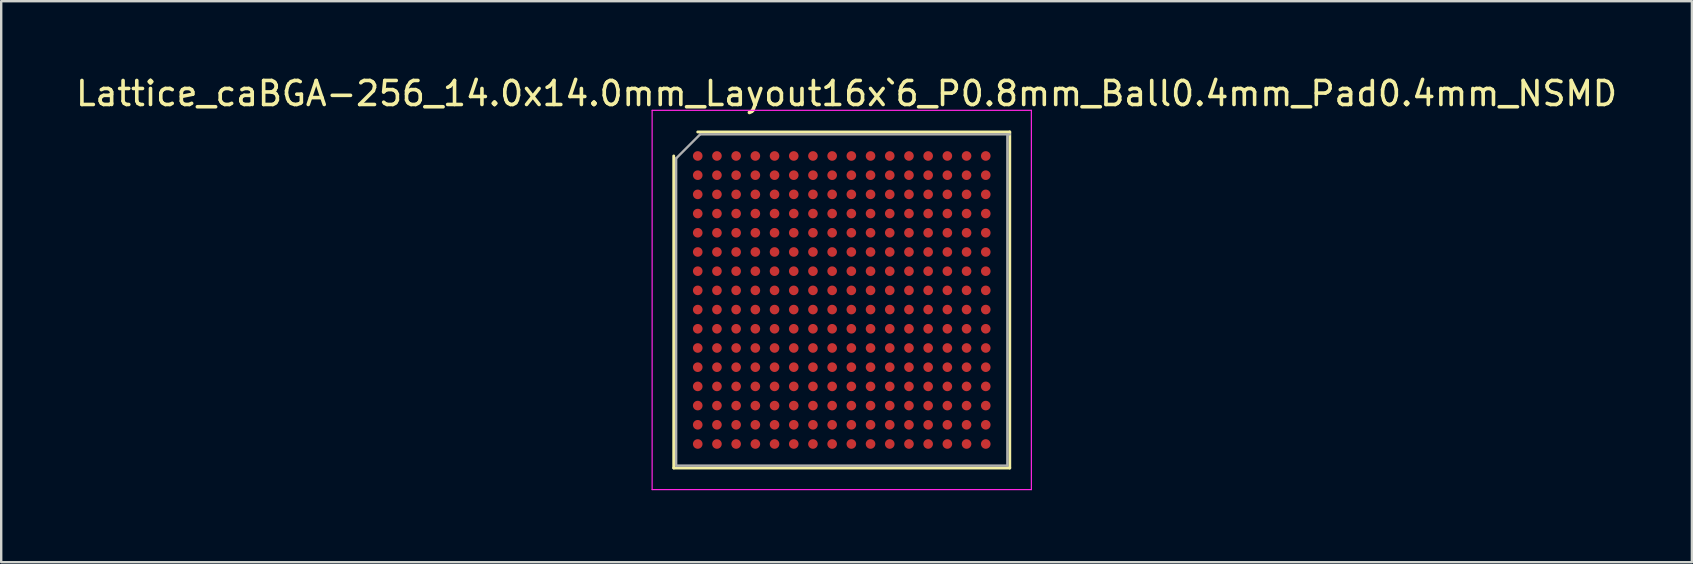
<source format=kicad_pcb>
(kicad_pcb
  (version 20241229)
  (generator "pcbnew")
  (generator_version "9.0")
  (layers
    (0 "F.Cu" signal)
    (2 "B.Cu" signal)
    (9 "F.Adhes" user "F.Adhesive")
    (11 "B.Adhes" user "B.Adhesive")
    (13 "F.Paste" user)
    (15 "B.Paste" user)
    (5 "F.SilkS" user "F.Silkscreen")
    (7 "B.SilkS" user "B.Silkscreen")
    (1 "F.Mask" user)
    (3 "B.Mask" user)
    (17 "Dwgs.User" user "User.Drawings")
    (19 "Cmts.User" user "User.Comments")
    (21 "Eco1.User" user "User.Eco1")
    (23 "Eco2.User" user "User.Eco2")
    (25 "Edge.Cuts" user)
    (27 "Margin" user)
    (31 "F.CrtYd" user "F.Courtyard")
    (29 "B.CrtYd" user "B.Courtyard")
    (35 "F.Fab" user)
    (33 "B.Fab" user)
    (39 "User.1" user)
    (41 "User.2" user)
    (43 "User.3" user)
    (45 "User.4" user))
  (footprint "Lattice_caBGA-256_14.0x14.0mm_Layout16x`6_P0.8mm_Ball0.4mm_Pad0.4mm_NSMD"
    (layer "F.Cu")
    (at 32.02 9.448)
    (property "Reference" "Lattice_caBGA-256_14.0x14.0mm_Layout16x`6_P0.8mm_Ball0.4mm_Pad0.4mm_NSMD" (at 0.2 -8.6 0) (layer "F.SilkS") (effects (font (size 1 1) (thickness 0.15))))
    (attr smd)
    (fp_line (start -7 7) (end -7 -6) (stroke (width 0.12) (type solid)) (layer "F.SilkS"))
    (fp_line (start -6 -7) (end 7 -7) (stroke (width 0.12) (type solid)) (layer "F.SilkS"))
    (fp_line (start 7 -7) (end 7 7) (stroke (width 0.12) (type solid)) (layer "F.SilkS"))
    (fp_line (start 7 7) (end -7 7) (stroke (width 0.12) (type solid)) (layer "F.SilkS"))
    (fp_line (start -7.9 -7.9) (end -7.9 7.9) (stroke (width 0.05) (type solid)) (layer "F.CrtYd"))
    (fp_line (start -7.9 7.9) (end 7.9 7.9) (stroke (width 0.05) (type solid)) (layer "F.CrtYd"))
    (fp_line (start 7.9 -7.9) (end -7.9 -7.9) (stroke (width 0.05) (type solid)) (layer "F.CrtYd"))
    (fp_line (start 7.9 7.9) (end 7.9 -7.9) (stroke (width 0.05) (type solid)) (layer "F.CrtYd"))
    (fp_line (start -6.9 -5.9) (end -5.9 -6.9) (stroke (width 0.1) (type solid)) (layer "F.Fab"))
    (fp_line (start -6.9 6.9) (end -6.9 -5.9) (stroke (width 0.1) (type solid)) (layer "F.Fab"))
    (fp_line (start -5.9 -6.9) (end 7 -6.9) (stroke (width 0.1) (type solid)) (layer "F.Fab"))
    (fp_line (start 6.9 -6.9) (end 6.9 6.9) (stroke (width 0.1) (type solid)) (layer "F.Fab"))
    (fp_line (start 6.9 6.9) (end -6.9 6.9) (stroke (width 0.1) (type solid)) (layer "F.Fab"))
    (pad "A1" smd circle (at -6 -6) (size 0.4 0.4) (layers "F.Cu" "F.Mask" "F.Paste"))
    (pad "A2" smd circle (at -6 -5.2) (size 0.4 0.4) (layers "F.Cu" "F.Mask" "F.Paste"))
    (pad "A3" smd circle (at -6 -4.4) (size 0.4 0.4) (layers "F.Cu" "F.Mask" "F.Paste"))
    (pad "A4" smd circle (at -6 -3.6) (size 0.4 0.4) (layers "F.Cu" "F.Mask" "F.Paste"))
    (pad "A5" smd circle (at -6 -2.8) (size 0.4 0.4) (layers "F.Cu" "F.Mask" "F.Paste"))
    (pad "A6" smd circle (at -6 -2) (size 0.4 0.4) (layers "F.Cu" "F.Mask" "F.Paste"))
    (pad "A7" smd circle (at -6 -1.2) (size 0.4 0.4) (layers "F.Cu" "F.Mask" "F.Paste"))
    (pad "A8" smd circle (at -6 -0.4) (size 0.4 0.4) (layers "F.Cu" "F.Mask" "F.Paste"))
    (pad "A9" smd circle (at -6 0.4) (size 0.4 0.4) (layers "F.Cu" "F.Mask" "F.Paste"))
    (pad "A10" smd circle (at -6 1.2) (size 0.4 0.4) (layers "F.Cu" "F.Mask" "F.Paste"))
    (pad "A11" smd circle (at -6 2) (size 0.4 0.4) (layers "F.Cu" "F.Mask" "F.Paste"))
    (pad "A12" smd circle (at -6 2.8) (size 0.4 0.4) (layers "F.Cu" "F.Mask" "F.Paste"))
    (pad "A13" smd circle (at -6 3.6) (size 0.4 0.4) (layers "F.Cu" "F.Mask" "F.Paste"))
    (pad "A14" smd circle (at -6 4.4) (size 0.4 0.4) (layers "F.Cu" "F.Mask" "F.Paste"))
    (pad "A15" smd circle (at -6 5.2) (size 0.4 0.4) (layers "F.Cu" "F.Mask" "F.Paste"))
    (pad "A16" smd circle (at -6 6) (size 0.4 0.4) (layers "F.Cu" "F.Mask" "F.Paste"))
    (pad "B1" smd circle (at -5.2 -6) (size 0.4 0.4) (layers "F.Cu" "F.Mask" "F.Paste"))
    (pad "B2" smd circle (at -5.2 -5.2) (size 0.4 0.4) (layers "F.Cu" "F.Mask" "F.Paste"))
    (pad "B3" smd circle (at -5.2 -4.4) (size 0.4 0.4) (layers "F.Cu" "F.Mask" "F.Paste"))
    (pad "B4" smd circle (at -5.2 -3.6) (size 0.4 0.4) (layers "F.Cu" "F.Mask" "F.Paste"))
    (pad "B5" smd circle (at -5.2 -2.8) (size 0.4 0.4) (layers "F.Cu" "F.Mask" "F.Paste"))
    (pad "B6" smd circle (at -5.2 -2) (size 0.4 0.4) (layers "F.Cu" "F.Mask" "F.Paste"))
    (pad "B7" smd circle (at -5.2 -1.2) (size 0.4 0.4) (layers "F.Cu" "F.Mask" "F.Paste"))
    (pad "B8" smd circle (at -5.2 -0.4) (size 0.4 0.4) (layers "F.Cu" "F.Mask" "F.Paste"))
    (pad "B9" smd circle (at -5.2 0.4) (size 0.4 0.4) (layers "F.Cu" "F.Mask" "F.Paste"))
    (pad "B10" smd circle (at -5.2 1.2) (size 0.4 0.4) (layers "F.Cu" "F.Mask" "F.Paste"))
    (pad "B11" smd circle (at -5.2 2) (size 0.4 0.4) (layers "F.Cu" "F.Mask" "F.Paste"))
    (pad "B12" smd circle (at -5.2 2.8) (size 0.4 0.4) (layers "F.Cu" "F.Mask" "F.Paste"))
    (pad "B13" smd circle (at -5.2 3.6) (size 0.4 0.4) (layers "F.Cu" "F.Mask" "F.Paste"))
    (pad "B14" smd circle (at -5.2 4.4) (size 0.4 0.4) (layers "F.Cu" "F.Mask" "F.Paste"))
    (pad "B15" smd circle (at -5.2 5.2) (size 0.4 0.4) (layers "F.Cu" "F.Mask" "F.Paste"))
    (pad "B16" smd circle (at -5.2 6) (size 0.4 0.4) (layers "F.Cu" "F.Mask" "F.Paste"))
    (pad "C1" smd circle (at -4.4 -6) (size 0.4 0.4) (layers "F.Cu" "F.Mask" "F.Paste"))
    (pad "C2" smd circle (at -4.4 -5.2) (size 0.4 0.4) (layers "F.Cu" "F.Mask" "F.Paste"))
    (pad "C3" smd circle (at -4.4 -4.4) (size 0.4 0.4) (layers "F.Cu" "F.Mask" "F.Paste"))
    (pad "C4" smd circle (at -4.4 -3.6) (size 0.4 0.4) (layers "F.Cu" "F.Mask" "F.Paste"))
    (pad "C5" smd circle (at -4.4 -2.8) (size 0.4 0.4) (layers "F.Cu" "F.Mask" "F.Paste"))
    (pad "C6" smd circle (at -4.4 -2) (size 0.4 0.4) (layers "F.Cu" "F.Mask" "F.Paste"))
    (pad "C7" smd circle (at -4.4 -1.2) (size 0.4 0.4) (layers "F.Cu" "F.Mask" "F.Paste"))
    (pad "C8" smd circle (at -4.4 -0.4) (size 0.4 0.4) (layers "F.Cu" "F.Mask" "F.Paste"))
    (pad "C9" smd circle (at -4.4 0.4) (size 0.4 0.4) (layers "F.Cu" "F.Mask" "F.Paste"))
    (pad "C10" smd circle (at -4.4 1.2) (size 0.4 0.4) (layers "F.Cu" "F.Mask" "F.Paste"))
    (pad "C11" smd circle (at -4.4 2) (size 0.4 0.4) (layers "F.Cu" "F.Mask" "F.Paste"))
    (pad "C12" smd circle (at -4.4 2.8) (size 0.4 0.4) (layers "F.Cu" "F.Mask" "F.Paste"))
    (pad "C13" smd circle (at -4.4 3.6) (size 0.4 0.4) (layers "F.Cu" "F.Mask" "F.Paste"))
    (pad "C14" smd circle (at -4.4 4.4) (size 0.4 0.4) (layers "F.Cu" "F.Mask" "F.Paste"))
    (pad "C15" smd circle (at -4.4 5.2) (size 0.4 0.4) (layers "F.Cu" "F.Mask" "F.Paste"))
    (pad "C16" smd circle (at -4.4 6) (size 0.4 0.4) (layers "F.Cu" "F.Mask" "F.Paste"))
    (pad "D1" smd circle (at -3.6 -6) (size 0.4 0.4) (layers "F.Cu" "F.Mask" "F.Paste"))
    (pad "D2" smd circle (at -3.6 -5.2) (size 0.4 0.4) (layers "F.Cu" "F.Mask" "F.Paste"))
    (pad "D3" smd circle (at -3.6 -4.4) (size 0.4 0.4) (layers "F.Cu" "F.Mask" "F.Paste"))
    (pad "D4" smd circle (at -3.6 -3.6) (size 0.4 0.4) (layers "F.Cu" "F.Mask" "F.Paste"))
    (pad "D5" smd circle (at -3.6 -2.8) (size 0.4 0.4) (layers "F.Cu" "F.Mask" "F.Paste"))
    (pad "D6" smd circle (at -3.6 -2) (size 0.4 0.4) (layers "F.Cu" "F.Mask" "F.Paste"))
    (pad "D7" smd circle (at -3.6 -1.2) (size 0.4 0.4) (layers "F.Cu" "F.Mask" "F.Paste"))
    (pad "D8" smd circle (at -3.6 -0.4) (size 0.4 0.4) (layers "F.Cu" "F.Mask" "F.Paste"))
    (pad "D9" smd circle (at -3.6 0.4) (size 0.4 0.4) (layers "F.Cu" "F.Mask" "F.Paste"))
    (pad "D10" smd circle (at -3.6 1.2) (size 0.4 0.4) (layers "F.Cu" "F.Mask" "F.Paste"))
    (pad "D11" smd circle (at -3.6 2) (size 0.4 0.4) (layers "F.Cu" "F.Mask" "F.Paste"))
    (pad "D12" smd circle (at -3.6 2.8) (size 0.4 0.4) (layers "F.Cu" "F.Mask" "F.Paste"))
    (pad "D13" smd circle (at -3.6 3.6) (size 0.4 0.4) (layers "F.Cu" "F.Mask" "F.Paste"))
    (pad "D14" smd circle (at -3.6 4.4) (size 0.4 0.4) (layers "F.Cu" "F.Mask" "F.Paste"))
    (pad "D15" smd circle (at -3.6 5.2) (size 0.4 0.4) (layers "F.Cu" "F.Mask" "F.Paste"))
    (pad "D16" smd circle (at -3.6 6) (size 0.4 0.4) (layers "F.Cu" "F.Mask" "F.Paste"))
    (pad "E1" smd circle (at -2.8 -6) (size 0.4 0.4) (layers "F.Cu" "F.Mask" "F.Paste"))
    (pad "E2" smd circle (at -2.8 -5.2) (size 0.4 0.4) (layers "F.Cu" "F.Mask" "F.Paste"))
    (pad "E3" smd circle (at -2.8 -4.4) (size 0.4 0.4) (layers "F.Cu" "F.Mask" "F.Paste"))
    (pad "E4" smd circle (at -2.8 -3.6) (size 0.4 0.4) (layers "F.Cu" "F.Mask" "F.Paste"))
    (pad "E5" smd circle (at -2.8 -2.8) (size 0.4 0.4) (layers "F.Cu" "F.Mask" "F.Paste"))
    (pad "E6" smd circle (at -2.8 -2) (size 0.4 0.4) (layers "F.Cu" "F.Mask" "F.Paste"))
    (pad "E7" smd circle (at -2.8 -1.2) (size 0.4 0.4) (layers "F.Cu" "F.Mask" "F.Paste"))
    (pad "E8" smd circle (at -2.8 -0.4) (size 0.4 0.4) (layers "F.Cu" "F.Mask" "F.Paste"))
    (pad "E9" smd circle (at -2.8 0.4) (size 0.4 0.4) (layers "F.Cu" "F.Mask" "F.Paste"))
    (pad "E10" smd circle (at -2.8 1.2) (size 0.4 0.4) (layers "F.Cu" "F.Mask" "F.Paste"))
    (pad "E11" smd circle (at -2.8 2) (size 0.4 0.4) (layers "F.Cu" "F.Mask" "F.Paste"))
    (pad "E12" smd circle (at -2.8 2.8) (size 0.4 0.4) (layers "F.Cu" "F.Mask" "F.Paste"))
    (pad "E13" smd circle (at -2.8 3.6) (size 0.4 0.4) (layers "F.Cu" "F.Mask" "F.Paste"))
    (pad "E14" smd circle (at -2.8 4.4) (size 0.4 0.4) (layers "F.Cu" "F.Mask" "F.Paste"))
    (pad "E15" smd circle (at -2.8 5.2) (size 0.4 0.4) (layers "F.Cu" "F.Mask" "F.Paste"))
    (pad "E16" smd circle (at -2.8 6) (size 0.4 0.4) (layers "F.Cu" "F.Mask" "F.Paste"))
    (pad "F1" smd circle (at -2 -6) (size 0.4 0.4) (layers "F.Cu" "F.Mask" "F.Paste"))
    (pad "F2" smd circle (at -2 -5.2) (size 0.4 0.4) (layers "F.Cu" "F.Mask" "F.Paste"))
    (pad "F3" smd circle (at -2 -4.4) (size 0.4 0.4) (layers "F.Cu" "F.Mask" "F.Paste"))
    (pad "F4" smd circle (at -2 -3.6) (size 0.4 0.4) (layers "F.Cu" "F.Mask" "F.Paste"))
    (pad "F5" smd circle (at -2 -2.8) (size 0.4 0.4) (layers "F.Cu" "F.Mask" "F.Paste"))
    (pad "F6" smd circle (at -2 -2) (size 0.4 0.4) (layers "F.Cu" "F.Mask" "F.Paste"))
    (pad "F7" smd circle (at -2 -1.2) (size 0.4 0.4) (layers "F.Cu" "F.Mask" "F.Paste"))
    (pad "F8" smd circle (at -2 -0.4) (size 0.4 0.4) (layers "F.Cu" "F.Mask" "F.Paste"))
    (pad "F9" smd circle (at -2 0.4) (size 0.4 0.4) (layers "F.Cu" "F.Mask" "F.Paste"))
    (pad "F10" smd circle (at -2 1.2) (size 0.4 0.4) (layers "F.Cu" "F.Mask" "F.Paste"))
    (pad "F11" smd circle (at -2 2) (size 0.4 0.4) (layers "F.Cu" "F.Mask" "F.Paste"))
    (pad "F12" smd circle (at -2 2.8) (size 0.4 0.4) (layers "F.Cu" "F.Mask" "F.Paste"))
    (pad "F13" smd circle (at -2 3.6) (size 0.4 0.4) (layers "F.Cu" "F.Mask" "F.Paste"))
    (pad "F14" smd circle (at -2 4.4) (size 0.4 0.4) (layers "F.Cu" "F.Mask" "F.Paste"))
    (pad "F15" smd circle (at -2 5.2) (size 0.4 0.4) (layers "F.Cu" "F.Mask" "F.Paste"))
    (pad "F16" smd circle (at -2 6) (size 0.4 0.4) (layers "F.Cu" "F.Mask" "F.Paste"))
    (pad "G1" smd circle (at -1.2 -6) (size 0.4 0.4) (layers "F.Cu" "F.Mask" "F.Paste"))
    (pad "G2" smd circle (at -1.2 -5.2) (size 0.4 0.4) (layers "F.Cu" "F.Mask" "F.Paste"))
    (pad "G3" smd circle (at -1.2 -4.4) (size 0.4 0.4) (layers "F.Cu" "F.Mask" "F.Paste"))
    (pad "G4" smd circle (at -1.2 -3.6) (size 0.4 0.4) (layers "F.Cu" "F.Mask" "F.Paste"))
    (pad "G5" smd circle (at -1.2 -2.8) (size 0.4 0.4) (layers "F.Cu" "F.Mask" "F.Paste"))
    (pad "G6" smd circle (at -1.2 -2) (size 0.4 0.4) (layers "F.Cu" "F.Mask" "F.Paste"))
    (pad "G7" smd circle (at -1.2 -1.2) (size 0.4 0.4) (layers "F.Cu" "F.Mask" "F.Paste"))
    (pad "G8" smd circle (at -1.2 -0.4) (size 0.4 0.4) (layers "F.Cu" "F.Mask" "F.Paste"))
    (pad "G9" smd circle (at -1.2 0.4) (size 0.4 0.4) (layers "F.Cu" "F.Mask" "F.Paste"))
    (pad "G10" smd circle (at -1.2 1.2) (size 0.4 0.4) (layers "F.Cu" "F.Mask" "F.Paste"))
    (pad "G11" smd circle (at -1.2 2) (size 0.4 0.4) (layers "F.Cu" "F.Mask" "F.Paste"))
    (pad "G12" smd circle (at -1.2 2.8) (size 0.4 0.4) (layers "F.Cu" "F.Mask" "F.Paste"))
    (pad "G13" smd circle (at -1.2 3.6) (size 0.4 0.4) (layers "F.Cu" "F.Mask" "F.Paste"))
    (pad "G14" smd circle (at -1.2 4.4) (size 0.4 0.4) (layers "F.Cu" "F.Mask" "F.Paste"))
    (pad "G15" smd circle (at -1.2 5.2) (size 0.4 0.4) (layers "F.Cu" "F.Mask" "F.Paste"))
    (pad "G16" smd circle (at -1.2 6) (size 0.4 0.4) (layers "F.Cu" "F.Mask" "F.Paste"))
    (pad "H1" smd circle (at -0.4 -6) (size 0.4 0.4) (layers "F.Cu" "F.Mask" "F.Paste"))
    (pad "H2" smd circle (at -0.4 -5.2) (size 0.4 0.4) (layers "F.Cu" "F.Mask" "F.Paste"))
    (pad "H3" smd circle (at -0.4 -4.4) (size 0.4 0.4) (layers "F.Cu" "F.Mask" "F.Paste"))
    (pad "H4" smd circle (at -0.4 -3.6) (size 0.4 0.4) (layers "F.Cu" "F.Mask" "F.Paste"))
    (pad "H5" smd circle (at -0.4 -2.8) (size 0.4 0.4) (layers "F.Cu" "F.Mask" "F.Paste"))
    (pad "H6" smd circle (at -0.4 -2) (size 0.4 0.4) (layers "F.Cu" "F.Mask" "F.Paste"))
    (pad "H7" smd circle (at -0.4 -1.2) (size 0.4 0.4) (layers "F.Cu" "F.Mask" "F.Paste"))
    (pad "H8" smd circle (at -0.4 -0.4) (size 0.4 0.4) (layers "F.Cu" "F.Mask" "F.Paste"))
    (pad "H9" smd circle (at -0.4 0.4) (size 0.4 0.4) (layers "F.Cu" "F.Mask" "F.Paste"))
    (pad "H10" smd circle (at -0.4 1.2) (size 0.4 0.4) (layers "F.Cu" "F.Mask" "F.Paste"))
    (pad "H11" smd circle (at -0.4 2) (size 0.4 0.4) (layers "F.Cu" "F.Mask" "F.Paste"))
    (pad "H12" smd circle (at -0.4 2.8) (size 0.4 0.4) (layers "F.Cu" "F.Mask" "F.Paste"))
    (pad "H13" smd circle (at -0.4 3.6) (size 0.4 0.4) (layers "F.Cu" "F.Mask" "F.Paste"))
    (pad "H14" smd circle (at -0.4 4.4) (size 0.4 0.4) (layers "F.Cu" "F.Mask" "F.Paste"))
    (pad "H15" smd circle (at -0.4 5.2) (size 0.4 0.4) (layers "F.Cu" "F.Mask" "F.Paste"))
    (pad "H16" smd circle (at -0.4 6) (size 0.4 0.4) (layers "F.Cu" "F.Mask" "F.Paste"))
    (pad "J1" smd circle (at 0.4 -6) (size 0.4 0.4) (layers "F.Cu" "F.Mask" "F.Paste"))
    (pad "J2" smd circle (at 0.4 -5.2) (size 0.4 0.4) (layers "F.Cu" "F.Mask" "F.Paste"))
    (pad "J3" smd circle (at 0.4 -4.4) (size 0.4 0.4) (layers "F.Cu" "F.Mask" "F.Paste"))
    (pad "J4" smd circle (at 0.4 -3.6) (size 0.4 0.4) (layers "F.Cu" "F.Mask" "F.Paste"))
    (pad "J5" smd circle (at 0.4 -2.8) (size 0.4 0.4) (layers "F.Cu" "F.Mask" "F.Paste"))
    (pad "J6" smd circle (at 0.4 -2) (size 0.4 0.4) (layers "F.Cu" "F.Mask" "F.Paste"))
    (pad "J7" smd circle (at 0.4 -1.2) (size 0.4 0.4) (layers "F.Cu" "F.Mask" "F.Paste"))
    (pad "J8" smd circle (at 0.4 -0.4) (size 0.4 0.4) (layers "F.Cu" "F.Mask" "F.Paste"))
    (pad "J9" smd circle (at 0.4 0.4) (size 0.4 0.4) (layers "F.Cu" "F.Mask" "F.Paste"))
    (pad "J10" smd circle (at 0.4 1.2) (size 0.4 0.4) (layers "F.Cu" "F.Mask" "F.Paste"))
    (pad "J11" smd circle (at 0.4 2) (size 0.4 0.4) (layers "F.Cu" "F.Mask" "F.Paste"))
    (pad "J12" smd circle (at 0.4 2.8) (size 0.4 0.4) (layers "F.Cu" "F.Mask" "F.Paste"))
    (pad "J13" smd circle (at 0.4 3.6) (size 0.4 0.4) (layers "F.Cu" "F.Mask" "F.Paste"))
    (pad "J14" smd circle (at 0.4 4.4) (size 0.4 0.4) (layers "F.Cu" "F.Mask" "F.Paste"))
    (pad "J15" smd circle (at 0.4 5.2) (size 0.4 0.4) (layers "F.Cu" "F.Mask" "F.Paste"))
    (pad "J16" smd circle (at 0.4 6) (size 0.4 0.4) (layers "F.Cu" "F.Mask" "F.Paste"))
    (pad "K1" smd circle (at 1.2 -6) (size 0.4 0.4) (layers "F.Cu" "F.Mask" "F.Paste"))
    (pad "K2" smd circle (at 1.2 -5.2) (size 0.4 0.4) (layers "F.Cu" "F.Mask" "F.Paste"))
    (pad "K3" smd circle (at 1.2 -4.4) (size 0.4 0.4) (layers "F.Cu" "F.Mask" "F.Paste"))
    (pad "K4" smd circle (at 1.2 -3.6) (size 0.4 0.4) (layers "F.Cu" "F.Mask" "F.Paste"))
    (pad "K5" smd circle (at 1.2 -2.8) (size 0.4 0.4) (layers "F.Cu" "F.Mask" "F.Paste"))
    (pad "K6" smd circle (at 1.2 -2) (size 0.4 0.4) (layers "F.Cu" "F.Mask" "F.Paste"))
    (pad "K7" smd circle (at 1.2 -1.2) (size 0.4 0.4) (layers "F.Cu" "F.Mask" "F.Paste"))
    (pad "K8" smd circle (at 1.2 -0.4) (size 0.4 0.4) (layers "F.Cu" "F.Mask" "F.Paste"))
    (pad "K9" smd circle (at 1.2 0.4) (size 0.4 0.4) (layers "F.Cu" "F.Mask" "F.Paste"))
    (pad "K10" smd circle (at 1.2 1.2) (size 0.4 0.4) (layers "F.Cu" "F.Mask" "F.Paste"))
    (pad "K11" smd circle (at 1.2 2) (size 0.4 0.4) (layers "F.Cu" "F.Mask" "F.Paste"))
    (pad "K12" smd circle (at 1.2 2.8) (size 0.4 0.4) (layers "F.Cu" "F.Mask" "F.Paste"))
    (pad "K13" smd circle (at 1.2 3.6) (size 0.4 0.4) (layers "F.Cu" "F.Mask" "F.Paste"))
    (pad "K14" smd circle (at 1.2 4.4) (size 0.4 0.4) (layers "F.Cu" "F.Mask" "F.Paste"))
    (pad "K15" smd circle (at 1.2 5.2) (size 0.4 0.4) (layers "F.Cu" "F.Mask" "F.Paste"))
    (pad "K16" smd circle (at 1.2 6) (size 0.4 0.4) (layers "F.Cu" "F.Mask" "F.Paste"))
    (pad "L1" smd circle (at 2 -6) (size 0.4 0.4) (layers "F.Cu" "F.Mask" "F.Paste"))
    (pad "L2" smd circle (at 2 -5.2) (size 0.4 0.4) (layers "F.Cu" "F.Mask" "F.Paste"))
    (pad "L3" smd circle (at 2 -4.4) (size 0.4 0.4) (layers "F.Cu" "F.Mask" "F.Paste"))
    (pad "L4" smd circle (at 2 -3.6) (size 0.4 0.4) (layers "F.Cu" "F.Mask" "F.Paste"))
    (pad "L5" smd circle (at 2 -2.8) (size 0.4 0.4) (layers "F.Cu" "F.Mask" "F.Paste"))
    (pad "L6" smd circle (at 2 -2) (size 0.4 0.4) (layers "F.Cu" "F.Mask" "F.Paste"))
    (pad "L7" smd circle (at 2 -1.2) (size 0.4 0.4) (layers "F.Cu" "F.Mask" "F.Paste"))
    (pad "L8" smd circle (at 2 -0.4) (size 0.4 0.4) (layers "F.Cu" "F.Mask" "F.Paste"))
    (pad "L9" smd circle (at 2 0.4) (size 0.4 0.4) (layers "F.Cu" "F.Mask" "F.Paste"))
    (pad "L10" smd circle (at 2 1.2) (size 0.4 0.4) (layers "F.Cu" "F.Mask" "F.Paste"))
    (pad "L11" smd circle (at 2 2) (size 0.4 0.4) (layers "F.Cu" "F.Mask" "F.Paste"))
    (pad "L12" smd circle (at 2 2.8) (size 0.4 0.4) (layers "F.Cu" "F.Mask" "F.Paste"))
    (pad "L13" smd circle (at 2 3.6) (size 0.4 0.4) (layers "F.Cu" "F.Mask" "F.Paste"))
    (pad "L14" smd circle (at 2 4.4) (size 0.4 0.4) (layers "F.Cu" "F.Mask" "F.Paste"))
    (pad "L15" smd circle (at 2 5.2) (size 0.4 0.4) (layers "F.Cu" "F.Mask" "F.Paste"))
    (pad "L16" smd circle (at 2 6) (size 0.4 0.4) (layers "F.Cu" "F.Mask" "F.Paste"))
    (pad "M1" smd circle (at 2.8 -6) (size 0.4 0.4) (layers "F.Cu" "F.Mask" "F.Paste"))
    (pad "M2" smd circle (at 2.8 -5.2) (size 0.4 0.4) (layers "F.Cu" "F.Mask" "F.Paste"))
    (pad "M3" smd circle (at 2.8 -4.4) (size 0.4 0.4) (layers "F.Cu" "F.Mask" "F.Paste"))
    (pad "M4" smd circle (at 2.8 -3.6) (size 0.4 0.4) (layers "F.Cu" "F.Mask" "F.Paste"))
    (pad "M5" smd circle (at 2.8 -2.8) (size 0.4 0.4) (layers "F.Cu" "F.Mask" "F.Paste"))
    (pad "M6" smd circle (at 2.8 -2) (size 0.4 0.4) (layers "F.Cu" "F.Mask" "F.Paste"))
    (pad "M7" smd circle (at 2.8 -1.2) (size 0.4 0.4) (layers "F.Cu" "F.Mask" "F.Paste"))
    (pad "M8" smd circle (at 2.8 -0.4) (size 0.4 0.4) (layers "F.Cu" "F.Mask" "F.Paste"))
    (pad "M9" smd circle (at 2.8 0.4) (size 0.4 0.4) (layers "F.Cu" "F.Mask" "F.Paste"))
    (pad "M10" smd circle (at 2.8 1.2) (size 0.4 0.4) (layers "F.Cu" "F.Mask" "F.Paste"))
    (pad "M11" smd circle (at 2.8 2) (size 0.4 0.4) (layers "F.Cu" "F.Mask" "F.Paste"))
    (pad "M12" smd circle (at 2.8 2.8) (size 0.4 0.4) (layers "F.Cu" "F.Mask" "F.Paste"))
    (pad "M13" smd circle (at 2.8 3.6) (size 0.4 0.4) (layers "F.Cu" "F.Mask" "F.Paste"))
    (pad "M14" smd circle (at 2.8 4.4) (size 0.4 0.4) (layers "F.Cu" "F.Mask" "F.Paste"))
    (pad "M15" smd circle (at 2.8 5.2) (size 0.4 0.4) (layers "F.Cu" "F.Mask" "F.Paste"))
    (pad "M16" smd circle (at 2.8 6) (size 0.4 0.4) (layers "F.Cu" "F.Mask" "F.Paste"))
    (pad "N1" smd circle (at 3.6 -6) (size 0.4 0.4) (layers "F.Cu" "F.Mask" "F.Paste"))
    (pad "N2" smd circle (at 3.6 -5.2) (size 0.4 0.4) (layers "F.Cu" "F.Mask" "F.Paste"))
    (pad "N3" smd circle (at 3.6 -4.4) (size 0.4 0.4) (layers "F.Cu" "F.Mask" "F.Paste"))
    (pad "N4" smd circle (at 3.6 -3.6) (size 0.4 0.4) (layers "F.Cu" "F.Mask" "F.Paste"))
    (pad "N5" smd circle (at 3.6 -2.8) (size 0.4 0.4) (layers "F.Cu" "F.Mask" "F.Paste"))
    (pad "N6" smd circle (at 3.6 -2) (size 0.4 0.4) (layers "F.Cu" "F.Mask" "F.Paste"))
    (pad "N7" smd circle (at 3.6 -1.2) (size 0.4 0.4) (layers "F.Cu" "F.Mask" "F.Paste"))
    (pad "N8" smd circle (at 3.6 -0.4) (size 0.4 0.4) (layers "F.Cu" "F.Mask" "F.Paste"))
    (pad "N9" smd circle (at 3.6 0.4) (size 0.4 0.4) (layers "F.Cu" "F.Mask" "F.Paste"))
    (pad "N10" smd circle (at 3.6 1.2) (size 0.4 0.4) (layers "F.Cu" "F.Mask" "F.Paste"))
    (pad "N11" smd circle (at 3.6 2) (size 0.4 0.4) (layers "F.Cu" "F.Mask" "F.Paste"))
    (pad "N12" smd circle (at 3.6 2.8) (size 0.4 0.4) (layers "F.Cu" "F.Mask" "F.Paste"))
    (pad "N13" smd circle (at 3.6 3.6) (size 0.4 0.4) (layers "F.Cu" "F.Mask" "F.Paste"))
    (pad "N14" smd circle (at 3.6 4.4) (size 0.4 0.4) (layers "F.Cu" "F.Mask" "F.Paste"))
    (pad "N15" smd circle (at 3.6 5.2) (size 0.4 0.4) (layers "F.Cu" "F.Mask" "F.Paste"))
    (pad "N16" smd circle (at 3.6 6) (size 0.4 0.4) (layers "F.Cu" "F.Mask" "F.Paste"))
    (pad "P1" smd circle (at 4.4 -6) (size 0.4 0.4) (layers "F.Cu" "F.Mask" "F.Paste"))
    (pad "P2" smd circle (at 4.4 -5.2) (size 0.4 0.4) (layers "F.Cu" "F.Mask" "F.Paste"))
    (pad "P3" smd circle (at 4.4 -4.4) (size 0.4 0.4) (layers "F.Cu" "F.Mask" "F.Paste"))
    (pad "P4" smd circle (at 4.4 -3.6) (size 0.4 0.4) (layers "F.Cu" "F.Mask" "F.Paste"))
    (pad "P5" smd circle (at 4.4 -2.8) (size 0.4 0.4) (layers "F.Cu" "F.Mask" "F.Paste"))
    (pad "P6" smd circle (at 4.4 -2) (size 0.4 0.4) (layers "F.Cu" "F.Mask" "F.Paste"))
    (pad "P7" smd circle (at 4.4 -1.2) (size 0.4 0.4) (layers "F.Cu" "F.Mask" "F.Paste"))
    (pad "P8" smd circle (at 4.4 -0.4) (size 0.4 0.4) (layers "F.Cu" "F.Mask" "F.Paste"))
    (pad "P9" smd circle (at 4.4 0.4) (size 0.4 0.4) (layers "F.Cu" "F.Mask" "F.Paste"))
    (pad "P10" smd circle (at 4.4 1.2) (size 0.4 0.4) (layers "F.Cu" "F.Mask" "F.Paste"))
    (pad "P11" smd circle (at 4.4 2) (size 0.4 0.4) (layers "F.Cu" "F.Mask" "F.Paste"))
    (pad "P12" smd circle (at 4.4 2.8) (size 0.4 0.4) (layers "F.Cu" "F.Mask" "F.Paste"))
    (pad "P13" smd circle (at 4.4 3.6) (size 0.4 0.4) (layers "F.Cu" "F.Mask" "F.Paste"))
    (pad "P14" smd circle (at 4.4 4.4) (size 0.4 0.4) (layers "F.Cu" "F.Mask" "F.Paste"))
    (pad "P15" smd circle (at 4.4 5.2) (size 0.4 0.4) (layers "F.Cu" "F.Mask" "F.Paste"))
    (pad "P16" smd circle (at 4.4 6) (size 0.4 0.4) (layers "F.Cu" "F.Mask" "F.Paste"))
    (pad "R1" smd circle (at 5.2 -6) (size 0.4 0.4) (layers "F.Cu" "F.Mask" "F.Paste"))
    (pad "R2" smd circle (at 5.2 -5.2) (size 0.4 0.4) (layers "F.Cu" "F.Mask" "F.Paste"))
    (pad "R3" smd circle (at 5.2 -4.4) (size 0.4 0.4) (layers "F.Cu" "F.Mask" "F.Paste"))
    (pad "R4" smd circle (at 5.2 -3.6) (size 0.4 0.4) (layers "F.Cu" "F.Mask" "F.Paste"))
    (pad "R5" smd circle (at 5.2 -2.8) (size 0.4 0.4) (layers "F.Cu" "F.Mask" "F.Paste"))
    (pad "R6" smd circle (at 5.2 -2) (size 0.4 0.4) (layers "F.Cu" "F.Mask" "F.Paste"))
    (pad "R7" smd circle (at 5.2 -1.2) (size 0.4 0.4) (layers "F.Cu" "F.Mask" "F.Paste"))
    (pad "R8" smd circle (at 5.2 -0.4) (size 0.4 0.4) (layers "F.Cu" "F.Mask" "F.Paste"))
    (pad "R9" smd circle (at 5.2 0.4) (size 0.4 0.4) (layers "F.Cu" "F.Mask" "F.Paste"))
    (pad "R10" smd circle (at 5.2 1.2) (size 0.4 0.4) (layers "F.Cu" "F.Mask" "F.Paste"))
    (pad "R11" smd circle (at 5.2 2) (size 0.4 0.4) (layers "F.Cu" "F.Mask" "F.Paste"))
    (pad "R12" smd circle (at 5.2 2.8) (size 0.4 0.4) (layers "F.Cu" "F.Mask" "F.Paste"))
    (pad "R13" smd circle (at 5.2 3.6) (size 0.4 0.4) (layers "F.Cu" "F.Mask" "F.Paste"))
    (pad "R14" smd circle (at 5.2 4.4) (size 0.4 0.4) (layers "F.Cu" "F.Mask" "F.Paste"))
    (pad "R15" smd circle (at 5.2 5.2) (size 0.4 0.4) (layers "F.Cu" "F.Mask" "F.Paste"))
    (pad "R16" smd circle (at 5.2 6) (size 0.4 0.4) (layers "F.Cu" "F.Mask" "F.Paste"))
    (pad "T1" smd circle (at 6 -6) (size 0.4 0.4) (layers "F.Cu" "F.Mask" "F.Paste"))
    (pad "T2" smd circle (at 6 -5.2) (size 0.4 0.4) (layers "F.Cu" "F.Mask" "F.Paste"))
    (pad "T3" smd circle (at 6 -4.4) (size 0.4 0.4) (layers "F.Cu" "F.Mask" "F.Paste"))
    (pad "T4" smd circle (at 6 -3.6) (size 0.4 0.4) (layers "F.Cu" "F.Mask" "F.Paste"))
    (pad "T5" smd circle (at 6 -2.8) (size 0.4 0.4) (layers "F.Cu" "F.Mask" "F.Paste"))
    (pad "T6" smd circle (at 6 -2) (size 0.4 0.4) (layers "F.Cu" "F.Mask" "F.Paste"))
    (pad "T7" smd circle (at 6 -1.2) (size 0.4 0.4) (layers "F.Cu" "F.Mask" "F.Paste"))
    (pad "T8" smd circle (at 6 -0.4) (size 0.4 0.4) (layers "F.Cu" "F.Mask" "F.Paste"))
    (pad "T9" smd circle (at 6 0.4) (size 0.4 0.4) (layers "F.Cu" "F.Mask" "F.Paste"))
    (pad "T10" smd circle (at 6 1.2) (size 0.4 0.4) (layers "F.Cu" "F.Mask" "F.Paste"))
    (pad "T11" smd circle (at 6 2) (size 0.4 0.4) (layers "F.Cu" "F.Mask" "F.Paste"))
    (pad "T12" smd circle (at 6 2.8) (size 0.4 0.4) (layers "F.Cu" "F.Mask" "F.Paste"))
    (pad "T13" smd circle (at 6 3.6) (size 0.4 0.4) (layers "F.Cu" "F.Mask" "F.Paste"))
    (pad "T14" smd circle (at 6 4.4) (size 0.4 0.4) (layers "F.Cu" "F.Mask" "F.Paste"))
    (pad "T15" smd circle (at 6 5.2) (size 0.4 0.4) (layers "F.Cu" "F.Mask" "F.Paste"))
    (pad "T16" smd circle (at 6 6) (size 0.4 0.4) (layers "F.Cu" "F.Mask" "F.Paste")))
  (gr_rect
    (start -3 -3)
    (end 67.44 20.373)
    (stroke (width 0.1) (type default))
    (fill no)
    (layer "Edge.Cuts")))
</source>
